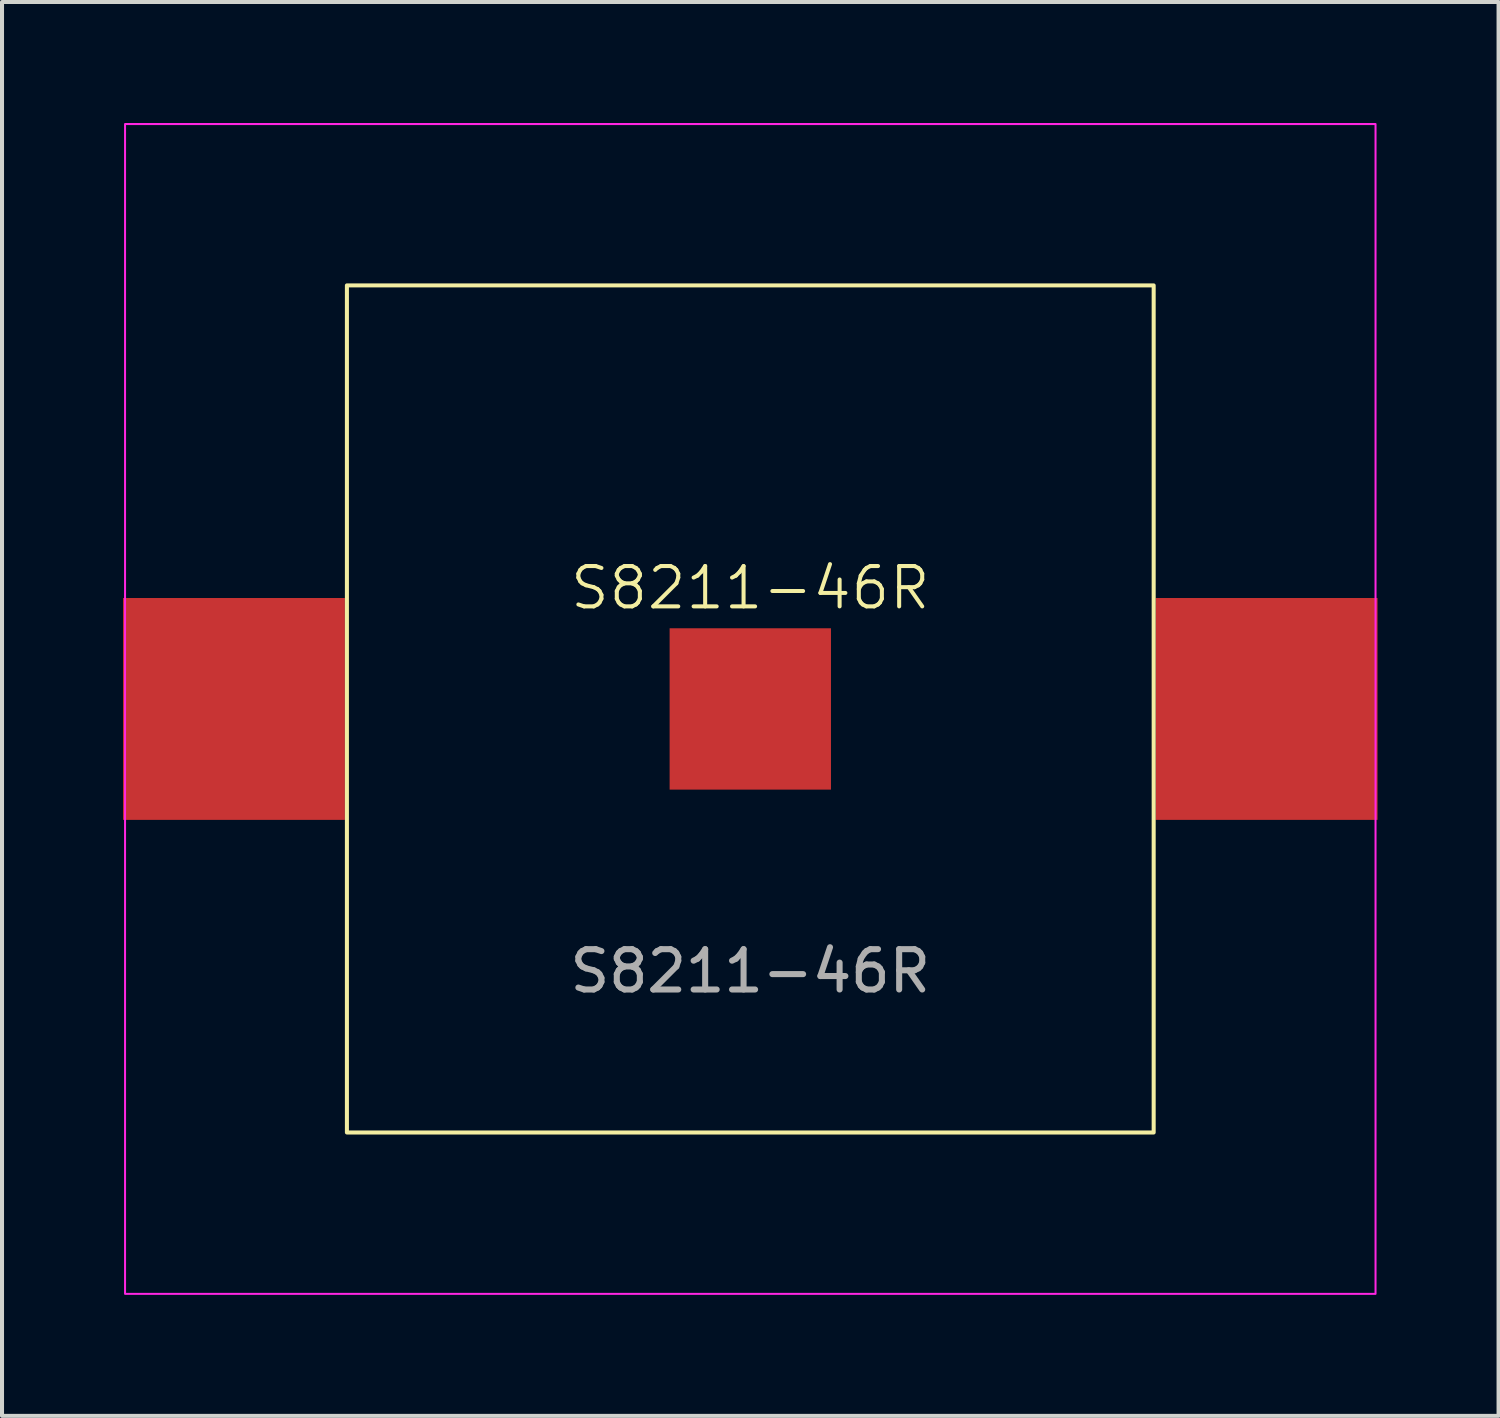
<source format=kicad_pcb>
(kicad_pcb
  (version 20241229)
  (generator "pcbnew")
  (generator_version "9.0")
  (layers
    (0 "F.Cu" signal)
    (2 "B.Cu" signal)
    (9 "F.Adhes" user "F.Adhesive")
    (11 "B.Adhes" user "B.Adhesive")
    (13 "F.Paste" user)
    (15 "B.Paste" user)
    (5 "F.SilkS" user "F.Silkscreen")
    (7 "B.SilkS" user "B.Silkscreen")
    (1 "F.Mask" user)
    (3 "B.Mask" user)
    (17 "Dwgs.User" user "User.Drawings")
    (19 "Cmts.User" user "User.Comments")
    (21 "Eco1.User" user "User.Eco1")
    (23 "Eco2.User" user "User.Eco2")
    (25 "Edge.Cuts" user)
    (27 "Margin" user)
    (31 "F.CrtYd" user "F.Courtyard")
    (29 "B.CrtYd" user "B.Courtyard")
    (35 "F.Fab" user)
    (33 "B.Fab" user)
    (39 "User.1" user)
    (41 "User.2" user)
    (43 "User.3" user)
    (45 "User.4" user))
  (footprint "S8211-46R"
    (layer "F.Cu")
    (at 15.55 14.525)
    (property "Reference" "S8211-46R" (at 0 -3 0) (unlocked yes) (layer "F.SilkS") (effects (font (size 1 1) (thickness 0.1))))
    (attr smd)
    (fp_rect (start -10 -10.5) (end 10 10.5) (stroke (width 0.1) (type solid)) (fill no) (layer "F.SilkS"))
    (fp_rect (start -15.5 -14.5) (end 15.5 14.5) (stroke (width 0.05) (type default)) (fill no) (layer "F.CrtYd"))
    (fp_text user "${REFERENCE}" (at 0 6.5 0) (unlocked yes) (layer "F.Fab") (effects (font (size 1 1) (thickness 0.15))))
    (pad "1" smd rect (at -12.8 0) (size 5.5 5.5) (layers "F.Cu" "F.Mask" "F.Paste"))
    (pad "1" smd rect (at 12.8 0) (size 5.5 5.5) (layers "F.Cu" "F.Mask" "F.Paste"))
    (pad "2" smd rect (at 0 0) (size 4 4) (layers "F.Cu" "F.Mask" "F.Paste")))
  (gr_rect
    (start -3 -3)
    (end 34.1 32.05)
    (stroke (width 0.1) (type default))
    (fill no)
    (layer "Edge.Cuts")))
</source>
